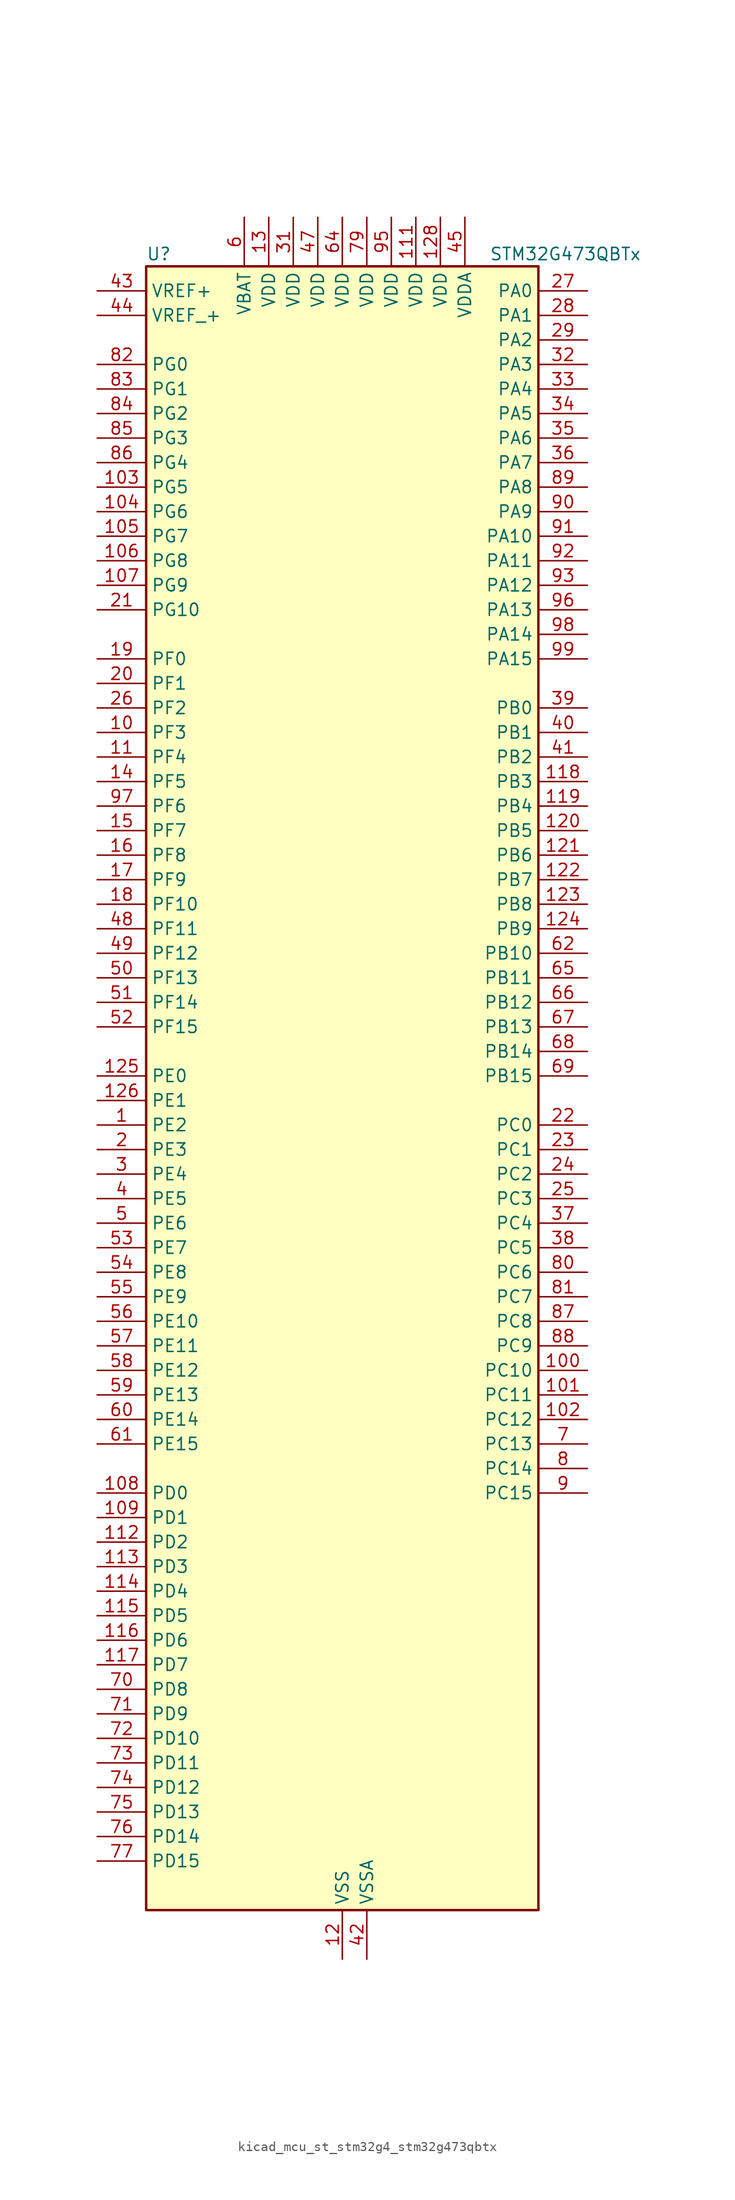
<source format=kicad_sym>
(kicad_symbol_lib
  (version 20220914)
  (generator kicad_symbol_editor)
  (symbol "kicad_mcu_st_stm32g4_stm32g473qbtx"
    (property "Reference" "U"
      (at -20.32 87.63 0)
      (effects (font (size 1.27 1.27)) (justify left)))
    (property "Value" "STM32G473QBTx"
      (at 15.24 87.63 0)
      (effects (font (size 1.27 1.27)) (justify left)))
    (property "ki_locked" ""
      (at 0 0 0)
      (effects (font (size 1.27 1.27))))
    (symbol "kicad_mcu_st_stm32g4_stm32g473qbtx_0_1"
      (rectangle (start -20.32 -83.82) (end 20.32 86.36) (stroke (width 0.254) (type default)) (fill (type background))))
    (symbol "kicad_mcu_st_stm32g4_stm32g473qbtx_1_1"
      (pin bidirectional line (at -25.4 -2.54 0) (length 5.08) (name "PE2" (effects (font (size 1.27 1.27)))) (number "1" (effects (font (size 1.27 1.27)))) (alternate "ADC3_EXTI2" bidirectional line) (alternate "ADC4_EXTI2" bidirectional line) (alternate "ADC5_EXTI2" bidirectional line) (alternate "FMC_A23" bidirectional line) (alternate "SAI1_CK1" bidirectional line) (alternate "SAI1_MCLK_A" bidirectional line) (alternate "SPI4_SCK" bidirectional line) (alternate "SYS_TRACECLK" bidirectional line) (alternate "TIM20_CH1" bidirectional line) (alternate "TIM3_CH1" bidirectional line))
      (pin bidirectional line (at -25.4 38.1 0) (length 5.08) (name "PF3" (effects (font (size 1.27 1.27)))) (number "10" (effects (font (size 1.27 1.27)))) (alternate "ADC3_EXTI3" bidirectional line) (alternate "ADC4_EXTI3" bidirectional line) (alternate "ADC5_EXTI3" bidirectional line) (alternate "FMC_A3" bidirectional line) (alternate "I2C3_SCL" bidirectional line) (alternate "TIM20_CH4" bidirectional line))
      (pin bidirectional line (at 25.4 -27.94 180) (length 5.08) (name "PC10" (effects (font (size 1.27 1.27)))) (number "100" (effects (font (size 1.27 1.27)))) (alternate "DAC1_EXTI10" bidirectional line) (alternate "DAC2_EXTI10" bidirectional line) (alternate "DAC3_EXTI10" bidirectional line) (alternate "DAC4_EXTI10" bidirectional line) (alternate "I2S3_CK" bidirectional line) (alternate "SPI3_SCK" bidirectional line) (alternate "TIM8_CH1N" bidirectional line) (alternate "UART4_TX" bidirectional line) (alternate "USART3_TX" bidirectional line))
      (pin bidirectional line (at 25.4 -30.48 180) (length 5.08) (name "PC11" (effects (font (size 1.27 1.27)))) (number "101" (effects (font (size 1.27 1.27)))) (alternate "ADC1_EXTI11" bidirectional line) (alternate "ADC2_EXTI11" bidirectional line) (alternate "I2C3_SDA" bidirectional line) (alternate "SPI3_MISO" bidirectional line) (alternate "TIM8_CH2N" bidirectional line) (alternate "UART4_RX" bidirectional line) (alternate "USART3_RX" bidirectional line))
      (pin bidirectional line (at 25.4 -33.02 180) (length 5.08) (name "PC12" (effects (font (size 1.27 1.27)))) (number "102" (effects (font (size 1.27 1.27)))) (alternate "I2S3_SD" bidirectional line) (alternate "SPI3_MOSI" bidirectional line) (alternate "TIM5_CH2" bidirectional line) (alternate "TIM8_CH3N" bidirectional line) (alternate "UART5_TX" bidirectional line) (alternate "UCPD1_FRSTX1" bidirectional line) (alternate "UCPD1_FRSTX2" bidirectional line) (alternate "USART3_CK" bidirectional line))
      (pin bidirectional line (at -25.4 63.5 0) (length 5.08) (name "PG5" (effects (font (size 1.27 1.27)))) (number "103" (effects (font (size 1.27 1.27)))) (alternate "FMC_A15" bidirectional line) (alternate "LPUART1_CTS" bidirectional line) (alternate "SPI1_NSS" bidirectional line) (alternate "TIM20_ETR" bidirectional line))
      (pin bidirectional line (at -25.4 60.96 0) (length 5.08) (name "PG6" (effects (font (size 1.27 1.27)))) (number "104" (effects (font (size 1.27 1.27)))) (alternate "FMC_INT" bidirectional line) (alternate "I2C3_SMBA" bidirectional line) (alternate "LPUART1_DE" bidirectional line) (alternate "LPUART1_RTS" bidirectional line) (alternate "TIM20_BKIN" bidirectional line))
      (pin bidirectional line (at -25.4 58.42 0) (length 5.08) (name "PG7" (effects (font (size 1.27 1.27)))) (number "105" (effects (font (size 1.27 1.27)))) (alternate "FMC_INT" bidirectional line) (alternate "I2C3_SCL" bidirectional line) (alternate "LPUART1_TX" bidirectional line) (alternate "SAI1_CK1" bidirectional line) (alternate "SAI1_MCLK_A" bidirectional line))
      (pin bidirectional line (at -25.4 55.88 0) (length 5.08) (name "PG8" (effects (font (size 1.27 1.27)))) (number "106" (effects (font (size 1.27 1.27)))) (alternate "FMC_NE3" bidirectional line) (alternate "I2C3_SDA" bidirectional line) (alternate "LPUART1_RX" bidirectional line))
      (pin bidirectional line (at -25.4 53.34 0) (length 5.08) (name "PG9" (effects (font (size 1.27 1.27)))) (number "107" (effects (font (size 1.27 1.27)))) (alternate "DAC1_EXTI9" bidirectional line) (alternate "DAC2_EXTI9" bidirectional line) (alternate "DAC3_EXTI9" bidirectional line) (alternate "DAC4_EXTI9" bidirectional line) (alternate "FMC_NCE" bidirectional line) (alternate "FMC_NE2" bidirectional line) (alternate "SPI3_SCK" bidirectional line) (alternate "TIM15_CH1N" bidirectional line) (alternate "USART1_TX" bidirectional line))
      (pin bidirectional line (at -25.4 -40.64 0) (length 5.08) (name "PD0" (effects (font (size 1.27 1.27)))) (number "108" (effects (font (size 1.27 1.27)))) (alternate "FDCAN1_RX" bidirectional line) (alternate "FMC_D2" bidirectional line) (alternate "FMC_DA2" bidirectional line) (alternate "TIM8_CH4N" bidirectional line))
      (pin bidirectional line (at -25.4 -43.18 0) (length 5.08) (name "PD1" (effects (font (size 1.27 1.27)))) (number "109" (effects (font (size 1.27 1.27)))) (alternate "FDCAN1_TX" bidirectional line) (alternate "FMC_D3" bidirectional line) (alternate "FMC_DA3" bidirectional line) (alternate "TIM8_BKIN2" bidirectional line) (alternate "TIM8_CH4" bidirectional line))
      (pin bidirectional line (at -25.4 35.56 0) (length 5.08) (name "PF4" (effects (font (size 1.27 1.27)))) (number "11" (effects (font (size 1.27 1.27)))) (alternate "COMP1_OUT" bidirectional line) (alternate "FMC_A4" bidirectional line) (alternate "I2C3_SDA" bidirectional line) (alternate "TIM20_CH1N" bidirectional line))
      (pin passive line (at 0 -88.9 90) (length 5.08) hide (name "VSS" (effects (font (size 1.27 1.27)))) (number "110" (effects (font (size 1.27 1.27)))))
      (pin power_in line (at 7.62 91.44 270) (length 5.08) (name "VDD" (effects (font (size 1.27 1.27)))) (number "111" (effects (font (size 1.27 1.27)))))
      (pin bidirectional line (at -25.4 -45.72 0) (length 5.08) (name "PD2" (effects (font (size 1.27 1.27)))) (number "112" (effects (font (size 1.27 1.27)))) (alternate "ADC3_EXTI2" bidirectional line) (alternate "ADC4_EXTI2" bidirectional line) (alternate "ADC5_EXTI2" bidirectional line) (alternate "TIM3_ETR" bidirectional line) (alternate "TIM8_BKIN" bidirectional line) (alternate "UART5_RX" bidirectional line))
      (pin bidirectional line (at -25.4 -48.26 0) (length 5.08) (name "PD3" (effects (font (size 1.27 1.27)))) (number "113" (effects (font (size 1.27 1.27)))) (alternate "ADC3_EXTI3" bidirectional line) (alternate "ADC4_EXTI3" bidirectional line) (alternate "ADC5_EXTI3" bidirectional line) (alternate "FMC_CLK" bidirectional line) (alternate "QUADSPI1_BK2_NCS" bidirectional line) (alternate "TIM2_CH1" bidirectional line) (alternate "TIM2_ETR" bidirectional line) (alternate "USART2_CTS" bidirectional line) (alternate "USART2_NSS" bidirectional line))
      (pin bidirectional line (at -25.4 -50.8 0) (length 5.08) (name "PD4" (effects (font (size 1.27 1.27)))) (number "114" (effects (font (size 1.27 1.27)))) (alternate "FMC_NOE" bidirectional line) (alternate "QUADSPI1_BK2_IO0" bidirectional line) (alternate "TIM2_CH2" bidirectional line) (alternate "USART2_DE" bidirectional line) (alternate "USART2_RTS" bidirectional line))
      (pin bidirectional line (at -25.4 -53.34 0) (length 5.08) (name "PD5" (effects (font (size 1.27 1.27)))) (number "115" (effects (font (size 1.27 1.27)))) (alternate "FMC_NWE" bidirectional line) (alternate "QUADSPI1_BK2_IO1" bidirectional line) (alternate "USART2_TX" bidirectional line))
      (pin bidirectional line (at -25.4 -55.88 0) (length 5.08) (name "PD6" (effects (font (size 1.27 1.27)))) (number "116" (effects (font (size 1.27 1.27)))) (alternate "FMC_NWAIT" bidirectional line) (alternate "QUADSPI1_BK2_IO2" bidirectional line) (alternate "SAI1_D1" bidirectional line) (alternate "SAI1_SD_A" bidirectional line) (alternate "TIM2_CH4" bidirectional line) (alternate "USART2_RX" bidirectional line))
      (pin bidirectional line (at -25.4 -58.42 0) (length 5.08) (name "PD7" (effects (font (size 1.27 1.27)))) (number "117" (effects (font (size 1.27 1.27)))) (alternate "FMC_NCE" bidirectional line) (alternate "FMC_NE1" bidirectional line) (alternate "QUADSPI1_BK2_IO3" bidirectional line) (alternate "TIM2_CH3" bidirectional line) (alternate "USART2_CK" bidirectional line))
      (pin bidirectional line (at 25.4 33.02 180) (length 5.08) (name "PB3" (effects (font (size 1.27 1.27)))) (number "118" (effects (font (size 1.27 1.27)))) (alternate "ADC3_EXTI3" bidirectional line) (alternate "ADC4_EXTI3" bidirectional line) (alternate "ADC5_EXTI3" bidirectional line) (alternate "CRS_SYNC" bidirectional line) (alternate "FDCAN3_RX" bidirectional line) (alternate "I2S3_CK" bidirectional line) (alternate "SAI1_SCK_B" bidirectional line) (alternate "SPI1_SCK" bidirectional line) (alternate "SPI3_SCK" bidirectional line) (alternate "SYS_JTDO-SWO" bidirectional line) (alternate "TIM2_CH2" bidirectional line) (alternate "TIM3_ETR" bidirectional line) (alternate "TIM4_ETR" bidirectional line) (alternate "TIM8_CH1N" bidirectional line) (alternate "USART2_TX" bidirectional line))
      (pin bidirectional line (at 25.4 30.48 180) (length 5.08) (name "PB4" (effects (font (size 1.27 1.27)))) (number "119" (effects (font (size 1.27 1.27)))) (alternate "FDCAN3_TX" bidirectional line) (alternate "SAI1_MCLK_B" bidirectional line) (alternate "SPI1_MISO" bidirectional line) (alternate "SPI3_MISO" bidirectional line) (alternate "SYS_JTRST" bidirectional line) (alternate "TIM16_CH1" bidirectional line) (alternate "TIM17_BKIN" bidirectional line) (alternate "TIM3_CH1" bidirectional line) (alternate "TIM8_CH2N" bidirectional line) (alternate "UART5_DE" bidirectional line) (alternate "UART5_RTS" bidirectional line) (alternate "UCPD1_CC2" bidirectional line) (alternate "USART2_RX" bidirectional line))
      (pin power_in line (at 0 -88.9 90) (length 5.08) (name "VSS" (effects (font (size 1.27 1.27)))) (number "12" (effects (font (size 1.27 1.27)))))
      (pin bidirectional line (at 25.4 27.94 180) (length 5.08) (name "PB5" (effects (font (size 1.27 1.27)))) (number "120" (effects (font (size 1.27 1.27)))) (alternate "FDCAN2_RX" bidirectional line) (alternate "I2C1_SMBA" bidirectional line) (alternate "I2C3_SDA" bidirectional line) (alternate "I2S3_SD" bidirectional line) (alternate "LPTIM1_IN1" bidirectional line) (alternate "SAI1_SD_B" bidirectional line) (alternate "SPI1_MOSI" bidirectional line) (alternate "SPI3_MOSI" bidirectional line) (alternate "TIM16_BKIN" bidirectional line) (alternate "TIM17_CH1" bidirectional line) (alternate "TIM3_CH2" bidirectional line) (alternate "TIM8_CH3N" bidirectional line) (alternate "UART5_CTS" bidirectional line) (alternate "USART2_CK" bidirectional line))
      (pin bidirectional line (at 25.4 25.4 180) (length 5.08) (name "PB6" (effects (font (size 1.27 1.27)))) (number "121" (effects (font (size 1.27 1.27)))) (alternate "COMP4_OUT" bidirectional line) (alternate "FDCAN2_TX" bidirectional line) (alternate "LPTIM1_ETR" bidirectional line) (alternate "SAI1_FS_B" bidirectional line) (alternate "TIM16_CH1N" bidirectional line) (alternate "TIM4_CH1" bidirectional line) (alternate "TIM8_BKIN2" bidirectional line) (alternate "TIM8_CH1" bidirectional line) (alternate "TIM8_ETR" bidirectional line) (alternate "UCPD1_CC1" bidirectional line) (alternate "USART1_TX" bidirectional line))
      (pin bidirectional line (at 25.4 22.86 180) (length 5.08) (name "PB7" (effects (font (size 1.27 1.27)))) (number "122" (effects (font (size 1.27 1.27)))) (alternate "COMP3_OUT" bidirectional line) (alternate "FMC_NL" bidirectional line) (alternate "I2C1_SDA" bidirectional line) (alternate "I2C4_SDA" bidirectional line) (alternate "LPTIM1_IN2" bidirectional line) (alternate "SYS_PVD_IN" bidirectional line) (alternate "TIM17_CH1N" bidirectional line) (alternate "TIM3_CH4" bidirectional line) (alternate "TIM4_CH2" bidirectional line) (alternate "TIM8_BKIN" bidirectional line) (alternate "UART4_CTS" bidirectional line) (alternate "USART1_RX" bidirectional line))
      (pin bidirectional line (at 25.4 20.32 180) (length 5.08) (name "PB8" (effects (font (size 1.27 1.27)))) (number "123" (effects (font (size 1.27 1.27)))) (alternate "COMP1_OUT" bidirectional line) (alternate "FDCAN1_RX" bidirectional line) (alternate "I2C1_SCL" bidirectional line) (alternate "SAI1_CK1" bidirectional line) (alternate "SAI1_MCLK_A" bidirectional line) (alternate "TIM16_CH1" bidirectional line) (alternate "TIM1_BKIN" bidirectional line) (alternate "TIM4_CH3" bidirectional line) (alternate "TIM8_CH2" bidirectional line) (alternate "USART3_RX" bidirectional line))
      (pin bidirectional line (at 25.4 17.78 180) (length 5.08) (name "PB9" (effects (font (size 1.27 1.27)))) (number "124" (effects (font (size 1.27 1.27)))) (alternate "COMP2_OUT" bidirectional line) (alternate "DAC1_EXTI9" bidirectional line) (alternate "DAC2_EXTI9" bidirectional line) (alternate "DAC3_EXTI9" bidirectional line) (alternate "DAC4_EXTI9" bidirectional line) (alternate "FDCAN1_TX" bidirectional line) (alternate "I2C1_SDA" bidirectional line) (alternate "IR_OUT" bidirectional line) (alternate "SAI1_D2" bidirectional line) (alternate "SAI1_FS_A" bidirectional line) (alternate "TIM17_CH1" bidirectional line) (alternate "TIM1_CH3N" bidirectional line) (alternate "TIM4_CH4" bidirectional line) (alternate "TIM8_CH3" bidirectional line) (alternate "USART3_TX" bidirectional line))
      (pin bidirectional line (at -25.4 2.54 0) (length 5.08) (name "PE0" (effects (font (size 1.27 1.27)))) (number "125" (effects (font (size 1.27 1.27)))) (alternate "FMC_NBL0" bidirectional line) (alternate "TIM16_CH1" bidirectional line) (alternate "TIM20_CH4N" bidirectional line) (alternate "TIM20_ETR" bidirectional line) (alternate "TIM4_ETR" bidirectional line) (alternate "USART1_TX" bidirectional line))
      (pin bidirectional line (at -25.4 0 0) (length 5.08) (name "PE1" (effects (font (size 1.27 1.27)))) (number "126" (effects (font (size 1.27 1.27)))) (alternate "FMC_NBL1" bidirectional line) (alternate "TIM17_CH1" bidirectional line) (alternate "TIM20_CH4" bidirectional line) (alternate "USART1_RX" bidirectional line))
      (pin passive line (at 0 -88.9 90) (length 5.08) hide (name "VSS" (effects (font (size 1.27 1.27)))) (number "127" (effects (font (size 1.27 1.27)))))
      (pin power_in line (at 10.16 91.44 270) (length 5.08) (name "VDD" (effects (font (size 1.27 1.27)))) (number "128" (effects (font (size 1.27 1.27)))))
      (pin power_in line (at -7.62 91.44 270) (length 5.08) (name "VDD" (effects (font (size 1.27 1.27)))) (number "13" (effects (font (size 1.27 1.27)))))
      (pin bidirectional line (at -25.4 33.02 0) (length 5.08) (name "PF5" (effects (font (size 1.27 1.27)))) (number "14" (effects (font (size 1.27 1.27)))) (alternate "FMC_A5" bidirectional line) (alternate "TIM20_CH2N" bidirectional line))
      (pin bidirectional line (at -25.4 27.94 0) (length 5.08) (name "PF7" (effects (font (size 1.27 1.27)))) (number "15" (effects (font (size 1.27 1.27)))) (alternate "FMC_A1" bidirectional line) (alternate "QUADSPI1_BK1_IO2" bidirectional line) (alternate "SAI1_MCLK_B" bidirectional line) (alternate "TIM20_BKIN" bidirectional line) (alternate "TIM5_CH2" bidirectional line))
      (pin bidirectional line (at -25.4 25.4 0) (length 5.08) (name "PF8" (effects (font (size 1.27 1.27)))) (number "16" (effects (font (size 1.27 1.27)))) (alternate "FMC_A24" bidirectional line) (alternate "QUADSPI1_BK1_IO0" bidirectional line) (alternate "SAI1_SCK_B" bidirectional line) (alternate "TIM20_BKIN2" bidirectional line) (alternate "TIM5_CH3" bidirectional line))
      (pin bidirectional line (at -25.4 22.86 0) (length 5.08) (name "PF9" (effects (font (size 1.27 1.27)))) (number "17" (effects (font (size 1.27 1.27)))) (alternate "DAC1_EXTI9" bidirectional line) (alternate "DAC2_EXTI9" bidirectional line) (alternate "DAC3_EXTI9" bidirectional line) (alternate "DAC4_EXTI9" bidirectional line) (alternate "FMC_A25" bidirectional line) (alternate "QUADSPI1_BK1_IO1" bidirectional line) (alternate "SAI1_FS_B" bidirectional line) (alternate "SPI2_SCK" bidirectional line) (alternate "TIM15_CH1" bidirectional line) (alternate "TIM20_BKIN" bidirectional line) (alternate "TIM5_CH4" bidirectional line))
      (pin bidirectional line (at -25.4 20.32 0) (length 5.08) (name "PF10" (effects (font (size 1.27 1.27)))) (number "18" (effects (font (size 1.27 1.27)))) (alternate "DAC1_EXTI10" bidirectional line) (alternate "DAC2_EXTI10" bidirectional line) (alternate "DAC3_EXTI10" bidirectional line) (alternate "DAC4_EXTI10" bidirectional line) (alternate "FMC_A0" bidirectional line) (alternate "QUADSPI1_CLK" bidirectional line) (alternate "SAI1_D3" bidirectional line) (alternate "SPI2_SCK" bidirectional line) (alternate "TIM15_CH2" bidirectional line) (alternate "TIM20_BKIN2" bidirectional line))
      (pin bidirectional line (at -25.4 45.72 0) (length 5.08) (name "PF0" (effects (font (size 1.27 1.27)))) (number "19" (effects (font (size 1.27 1.27)))) (alternate "ADC1_IN10" bidirectional line) (alternate "I2C2_SDA" bidirectional line) (alternate "I2S2_WS" bidirectional line) (alternate "RCC_OSC_IN" bidirectional line) (alternate "SPI2_NSS" bidirectional line) (alternate "TIM1_CH3N" bidirectional line))
      (pin bidirectional line (at -25.4 -5.08 0) (length 5.08) (name "PE3" (effects (font (size 1.27 1.27)))) (number "2" (effects (font (size 1.27 1.27)))) (alternate "ADC3_EXTI3" bidirectional line) (alternate "ADC4_EXTI3" bidirectional line) (alternate "ADC5_EXTI3" bidirectional line) (alternate "FMC_A19" bidirectional line) (alternate "SAI1_SD_B" bidirectional line) (alternate "SPI4_NSS" bidirectional line) (alternate "SYS_TRACED0" bidirectional line) (alternate "TIM20_CH2" bidirectional line) (alternate "TIM3_CH2" bidirectional line))
      (pin bidirectional line (at -25.4 43.18 0) (length 5.08) (name "PF1" (effects (font (size 1.27 1.27)))) (number "20" (effects (font (size 1.27 1.27)))) (alternate "ADC2_IN10" bidirectional line) (alternate "COMP3_INM" bidirectional line) (alternate "I2S2_CK" bidirectional line) (alternate "RCC_OSC_OUT" bidirectional line) (alternate "SPI2_SCK" bidirectional line))
      (pin bidirectional line (at -25.4 50.8 0) (length 5.08) (name "PG10" (effects (font (size 1.27 1.27)))) (number "21" (effects (font (size 1.27 1.27)))) (alternate "DAC1_EXTI10" bidirectional line) (alternate "DAC2_EXTI10" bidirectional line) (alternate "DAC3_EXTI10" bidirectional line) (alternate "DAC4_EXTI10" bidirectional line) (alternate "RCC_MCO" bidirectional line))
      (pin bidirectional line (at 25.4 -2.54 180) (length 5.08) (name "PC0" (effects (font (size 1.27 1.27)))) (number "22" (effects (font (size 1.27 1.27)))) (alternate "ADC1_IN6" bidirectional line) (alternate "ADC2_IN6" bidirectional line) (alternate "COMP3_INM" bidirectional line) (alternate "LPTIM1_IN1" bidirectional line) (alternate "LPUART1_RX" bidirectional line) (alternate "TIM1_CH1" bidirectional line))
      (pin bidirectional line (at 25.4 -5.08 180) (length 5.08) (name "PC1" (effects (font (size 1.27 1.27)))) (number "23" (effects (font (size 1.27 1.27)))) (alternate "ADC1_IN7" bidirectional line) (alternate "ADC2_IN7" bidirectional line) (alternate "COMP3_INP" bidirectional line) (alternate "LPTIM1_OUT" bidirectional line) (alternate "LPUART1_TX" bidirectional line) (alternate "QUADSPI1_BK2_IO0" bidirectional line) (alternate "SAI1_SD_A" bidirectional line) (alternate "TIM1_CH2" bidirectional line))
      (pin bidirectional line (at 25.4 -7.62 180) (length 5.08) (name "PC2" (effects (font (size 1.27 1.27)))) (number "24" (effects (font (size 1.27 1.27)))) (alternate "ADC1_IN8" bidirectional line) (alternate "ADC2_IN8" bidirectional line) (alternate "ADC3_EXTI2" bidirectional line) (alternate "ADC4_EXTI2" bidirectional line) (alternate "ADC5_EXTI2" bidirectional line) (alternate "COMP3_OUT" bidirectional line) (alternate "LPTIM1_IN2" bidirectional line) (alternate "QUADSPI1_BK2_IO1" bidirectional line) (alternate "TIM1_CH3" bidirectional line) (alternate "TIM20_CH2" bidirectional line))
      (pin bidirectional line (at 25.4 -10.16 180) (length 5.08) (name "PC3" (effects (font (size 1.27 1.27)))) (number "25" (effects (font (size 1.27 1.27)))) (alternate "ADC1_IN9" bidirectional line) (alternate "ADC2_IN9" bidirectional line) (alternate "ADC3_EXTI3" bidirectional line) (alternate "ADC4_EXTI3" bidirectional line) (alternate "ADC5_EXTI3" bidirectional line) (alternate "LPTIM1_ETR" bidirectional line) (alternate "OPAMP5_VINP" bidirectional line) (alternate "OPAMP5_VINP_SEC" bidirectional line) (alternate "QUADSPI1_BK2_IO2" bidirectional line) (alternate "SAI1_D1" bidirectional line) (alternate "SAI1_SD_A" bidirectional line) (alternate "TIM1_BKIN2" bidirectional line) (alternate "TIM1_CH4" bidirectional line))
      (pin bidirectional line (at -25.4 40.64 0) (length 5.08) (name "PF2" (effects (font (size 1.27 1.27)))) (number "26" (effects (font (size 1.27 1.27)))) (alternate "ADC3_EXTI2" bidirectional line) (alternate "ADC4_EXTI2" bidirectional line) (alternate "ADC5_EXTI2" bidirectional line) (alternate "FMC_A2" bidirectional line) (alternate "I2C2_SMBA" bidirectional line) (alternate "TIM20_CH3" bidirectional line))
      (pin bidirectional line (at 25.4 83.82 180) (length 5.08) (name "PA0" (effects (font (size 1.27 1.27)))) (number "27" (effects (font (size 1.27 1.27)))) (alternate "ADC1_IN1" bidirectional line) (alternate "ADC2_IN1" bidirectional line) (alternate "COMP1_INM" bidirectional line) (alternate "COMP1_OUT" bidirectional line) (alternate "COMP3_INP" bidirectional line) (alternate "RTC_TAMP2" bidirectional line) (alternate "SYS_WKUP1" bidirectional line) (alternate "TIM2_CH1" bidirectional line) (alternate "TIM2_ETR" bidirectional line) (alternate "TIM5_CH1" bidirectional line) (alternate "TIM8_BKIN" bidirectional line) (alternate "TIM8_ETR" bidirectional line) (alternate "USART2_CTS" bidirectional line) (alternate "USART2_NSS" bidirectional line))
      (pin bidirectional line (at 25.4 81.28 180) (length 5.08) (name "PA1" (effects (font (size 1.27 1.27)))) (number "28" (effects (font (size 1.27 1.27)))) (alternate "ADC1_IN2" bidirectional line) (alternate "ADC2_IN2" bidirectional line) (alternate "COMP1_INP" bidirectional line) (alternate "OPAMP1_VINP" bidirectional line) (alternate "OPAMP1_VINP_SEC" bidirectional line) (alternate "OPAMP3_VINP" bidirectional line) (alternate "OPAMP3_VINP_SEC" bidirectional line) (alternate "OPAMP6_VINM" bidirectional line) (alternate "OPAMP6_VINM0" bidirectional line) (alternate "OPAMP6_VINM_SEC" bidirectional line) (alternate "RTC_REFIN" bidirectional line) (alternate "TIM15_CH1N" bidirectional line) (alternate "TIM2_CH2" bidirectional line) (alternate "TIM5_CH2" bidirectional line) (alternate "USART2_DE" bidirectional line) (alternate "USART2_RTS" bidirectional line))
      (pin bidirectional line (at 25.4 78.74 180) (length 5.08) (name "PA2" (effects (font (size 1.27 1.27)))) (number "29" (effects (font (size 1.27 1.27)))) (alternate "ADC1_IN3" bidirectional line) (alternate "ADC3_EXTI2" bidirectional line) (alternate "ADC4_EXTI2" bidirectional line) (alternate "ADC5_EXTI2" bidirectional line) (alternate "COMP2_INM" bidirectional line) (alternate "COMP2_OUT" bidirectional line) (alternate "LPUART1_TX" bidirectional line) (alternate "OPAMP1_VOUT" bidirectional line) (alternate "QUADSPI1_BK1_NCS" bidirectional line) (alternate "RCC_LSCO" bidirectional line) (alternate "SYS_WKUP4" bidirectional line) (alternate "TIM15_CH1" bidirectional line) (alternate "TIM2_CH3" bidirectional line) (alternate "TIM5_CH3" bidirectional line) (alternate "UCPD1_FRSTX1" bidirectional line) (alternate "UCPD1_FRSTX2" bidirectional line) (alternate "USART2_TX" bidirectional line))
      (pin bidirectional line (at -25.4 -7.62 0) (length 5.08) (name "PE4" (effects (font (size 1.27 1.27)))) (number "3" (effects (font (size 1.27 1.27)))) (alternate "FMC_A20" bidirectional line) (alternate "SAI1_D2" bidirectional line) (alternate "SAI1_FS_A" bidirectional line) (alternate "SPI4_NSS" bidirectional line) (alternate "SYS_TRACED1" bidirectional line) (alternate "TIM20_CH1N" bidirectional line) (alternate "TIM3_CH3" bidirectional line))
      (pin passive line (at 0 -88.9 90) (length 5.08) hide (name "VSS" (effects (font (size 1.27 1.27)))) (number "30" (effects (font (size 1.27 1.27)))))
      (pin power_in line (at -5.08 91.44 270) (length 5.08) (name "VDD" (effects (font (size 1.27 1.27)))) (number "31" (effects (font (size 1.27 1.27)))))
      (pin bidirectional line (at 25.4 76.2 180) (length 5.08) (name "PA3" (effects (font (size 1.27 1.27)))) (number "32" (effects (font (size 1.27 1.27)))) (alternate "ADC1_IN4" bidirectional line) (alternate "ADC3_EXTI3" bidirectional line) (alternate "ADC4_EXTI3" bidirectional line) (alternate "ADC5_EXTI3" bidirectional line) (alternate "COMP2_INP" bidirectional line) (alternate "LPUART1_RX" bidirectional line) (alternate "OPAMP1_VINM" bidirectional line) (alternate "OPAMP1_VINM0" bidirectional line) (alternate "OPAMP1_VINM_SEC" bidirectional line) (alternate "OPAMP1_VINP" bidirectional line) (alternate "OPAMP1_VINP_SEC" bidirectional line) (alternate "OPAMP5_VINM" bidirectional line) (alternate "OPAMP5_VINM1" bidirectional line) (alternate "OPAMP5_VINM_SEC" bidirectional line) (alternate "QUADSPI1_CLK" bidirectional line) (alternate "SAI1_CK1" bidirectional line) (alternate "SAI1_MCLK_A" bidirectional line) (alternate "TIM15_CH2" bidirectional line) (alternate "TIM2_CH4" bidirectional line) (alternate "TIM5_CH4" bidirectional line) (alternate "USART2_RX" bidirectional line))
      (pin bidirectional line (at 25.4 73.66 180) (length 5.08) (name "PA4" (effects (font (size 1.27 1.27)))) (number "33" (effects (font (size 1.27 1.27)))) (alternate "ADC2_IN17" bidirectional line) (alternate "COMP1_INM" bidirectional line) (alternate "DAC1_OUT1" bidirectional line) (alternate "I2S3_WS" bidirectional line) (alternate "SAI1_FS_B" bidirectional line) (alternate "SPI1_NSS" bidirectional line) (alternate "SPI3_NSS" bidirectional line) (alternate "TIM3_CH2" bidirectional line) (alternate "USART2_CK" bidirectional line))
      (pin bidirectional line (at 25.4 71.12 180) (length 5.08) (name "PA5" (effects (font (size 1.27 1.27)))) (number "34" (effects (font (size 1.27 1.27)))) (alternate "ADC2_IN13" bidirectional line) (alternate "COMP2_INM" bidirectional line) (alternate "DAC1_OUT2" bidirectional line) (alternate "OPAMP2_VINM" bidirectional line) (alternate "OPAMP2_VINM0" bidirectional line) (alternate "OPAMP2_VINM_SEC" bidirectional line) (alternate "SPI1_SCK" bidirectional line) (alternate "TIM2_CH1" bidirectional line) (alternate "TIM2_ETR" bidirectional line) (alternate "UCPD1_FRSTX1" bidirectional line) (alternate "UCPD1_FRSTX2" bidirectional line))
      (pin bidirectional line (at 25.4 68.58 180) (length 5.08) (name "PA6" (effects (font (size 1.27 1.27)))) (number "35" (effects (font (size 1.27 1.27)))) (alternate "ADC2_IN3" bidirectional line) (alternate "COMP1_OUT" bidirectional line) (alternate "DAC2_OUT1" bidirectional line) (alternate "LPUART1_CTS" bidirectional line) (alternate "OPAMP2_VOUT" bidirectional line) (alternate "QUADSPI1_BK1_IO3" bidirectional line) (alternate "SPI1_MISO" bidirectional line) (alternate "TIM16_CH1" bidirectional line) (alternate "TIM1_BKIN" bidirectional line) (alternate "TIM3_CH1" bidirectional line) (alternate "TIM8_BKIN" bidirectional line))
      (pin bidirectional line (at 25.4 66.04 180) (length 5.08) (name "PA7" (effects (font (size 1.27 1.27)))) (number "36" (effects (font (size 1.27 1.27)))) (alternate "ADC2_IN4" bidirectional line) (alternate "COMP2_INP" bidirectional line) (alternate "COMP2_OUT" bidirectional line) (alternate "OPAMP1_VINP" bidirectional line) (alternate "OPAMP1_VINP_SEC" bidirectional line) (alternate "OPAMP2_VINP" bidirectional line) (alternate "OPAMP2_VINP_SEC" bidirectional line) (alternate "QUADSPI1_BK1_IO2" bidirectional line) (alternate "SPI1_MOSI" bidirectional line) (alternate "TIM17_CH1" bidirectional line) (alternate "TIM1_CH1N" bidirectional line) (alternate "TIM3_CH2" bidirectional line) (alternate "TIM8_CH1N" bidirectional line) (alternate "UCPD1_FRSTX1" bidirectional line) (alternate "UCPD1_FRSTX2" bidirectional line))
      (pin bidirectional line (at 25.4 -12.7 180) (length 5.08) (name "PC4" (effects (font (size 1.27 1.27)))) (number "37" (effects (font (size 1.27 1.27)))) (alternate "ADC2_IN5" bidirectional line) (alternate "I2C2_SCL" bidirectional line) (alternate "QUADSPI1_BK2_IO3" bidirectional line) (alternate "TIM1_ETR" bidirectional line) (alternate "USART1_TX" bidirectional line))
      (pin bidirectional line (at 25.4 -15.24 180) (length 5.08) (name "PC5" (effects (font (size 1.27 1.27)))) (number "38" (effects (font (size 1.27 1.27)))) (alternate "ADC2_IN11" bidirectional line) (alternate "OPAMP1_VINM" bidirectional line) (alternate "OPAMP1_VINM1" bidirectional line) (alternate "OPAMP1_VINM_SEC" bidirectional line) (alternate "OPAMP2_VINM" bidirectional line) (alternate "OPAMP2_VINM1" bidirectional line) (alternate "OPAMP2_VINM_SEC" bidirectional line) (alternate "SAI1_D3" bidirectional line) (alternate "SYS_WKUP5" bidirectional line) (alternate "TIM15_BKIN" bidirectional line) (alternate "TIM1_CH4N" bidirectional line) (alternate "USART1_RX" bidirectional line))
      (pin bidirectional line (at 25.4 40.64 180) (length 5.08) (name "PB0" (effects (font (size 1.27 1.27)))) (number "39" (effects (font (size 1.27 1.27)))) (alternate "ADC1_IN15" bidirectional line) (alternate "ADC3_IN12" bidirectional line) (alternate "COMP4_INP" bidirectional line) (alternate "OPAMP2_VINP" bidirectional line) (alternate "OPAMP2_VINP_SEC" bidirectional line) (alternate "OPAMP3_VINP" bidirectional line) (alternate "OPAMP3_VINP_SEC" bidirectional line) (alternate "QUADSPI1_BK1_IO1" bidirectional line) (alternate "TIM1_CH2N" bidirectional line) (alternate "TIM3_CH3" bidirectional line) (alternate "TIM8_CH2N" bidirectional line) (alternate "UCPD1_FRSTX1" bidirectional line) (alternate "UCPD1_FRSTX2" bidirectional line))
      (pin bidirectional line (at -25.4 -10.16 0) (length 5.08) (name "PE5" (effects (font (size 1.27 1.27)))) (number "4" (effects (font (size 1.27 1.27)))) (alternate "FMC_A21" bidirectional line) (alternate "SAI1_CK2" bidirectional line) (alternate "SAI1_SCK_A" bidirectional line) (alternate "SPI4_MISO" bidirectional line) (alternate "SYS_TRACED2" bidirectional line) (alternate "TIM20_CH2N" bidirectional line) (alternate "TIM3_CH4" bidirectional line))
      (pin bidirectional line (at 25.4 38.1 180) (length 5.08) (name "PB1" (effects (font (size 1.27 1.27)))) (number "40" (effects (font (size 1.27 1.27)))) (alternate "ADC1_IN12" bidirectional line) (alternate "ADC3_IN1" bidirectional line) (alternate "COMP1_INP" bidirectional line) (alternate "COMP4_OUT" bidirectional line) (alternate "LPUART1_DE" bidirectional line) (alternate "LPUART1_RTS" bidirectional line) (alternate "OPAMP3_VOUT" bidirectional line) (alternate "OPAMP6_VINM" bidirectional line) (alternate "OPAMP6_VINM1" bidirectional line) (alternate "OPAMP6_VINM_SEC" bidirectional line) (alternate "QUADSPI1_BK1_IO0" bidirectional line) (alternate "TIM1_CH3N" bidirectional line) (alternate "TIM3_CH4" bidirectional line) (alternate "TIM8_CH3N" bidirectional line))
      (pin bidirectional line (at 25.4 35.56 180) (length 5.08) (name "PB2" (effects (font (size 1.27 1.27)))) (number "41" (effects (font (size 1.27 1.27)))) (alternate "ADC2_IN12" bidirectional line) (alternate "ADC3_EXTI2" bidirectional line) (alternate "ADC4_EXTI2" bidirectional line) (alternate "ADC5_EXTI2" bidirectional line) (alternate "COMP4_INM" bidirectional line) (alternate "I2C3_SMBA" bidirectional line) (alternate "LPTIM1_OUT" bidirectional line) (alternate "OPAMP3_VINM" bidirectional line) (alternate "OPAMP3_VINM0" bidirectional line) (alternate "OPAMP3_VINM_SEC" bidirectional line) (alternate "QUADSPI1_BK2_IO1" bidirectional line) (alternate "RTC_OUT2" bidirectional line) (alternate "TIM20_CH1" bidirectional line) (alternate "TIM5_CH1" bidirectional line))
      (pin power_in line (at 2.54 -88.9 90) (length 5.08) (name "VSSA" (effects (font (size 1.27 1.27)))) (number "42" (effects (font (size 1.27 1.27)))))
      (pin input line (at -25.4 83.82 0) (length 5.08) (name "VREF+" (effects (font (size 1.27 1.27)))) (number "43" (effects (font (size 1.27 1.27)))) (alternate "VREFBUF_OUT1" bidirectional line))
      (pin input line (at -25.4 81.28 0) (length 5.08) (name "VREF_+" (effects (font (size 1.27 1.27)))) (number "44" (effects (font (size 1.27 1.27)))) (alternate "VREFBUF_OUT2" bidirectional line))
      (pin power_in line (at 12.7 91.44 270) (length 5.08) (name "VDDA" (effects (font (size 1.27 1.27)))) (number "45" (effects (font (size 1.27 1.27)))))
      (pin passive line (at 0 -88.9 90) (length 5.08) hide (name "VSS" (effects (font (size 1.27 1.27)))) (number "46" (effects (font (size 1.27 1.27)))))
      (pin power_in line (at -2.54 91.44 270) (length 5.08) (name "VDD" (effects (font (size 1.27 1.27)))) (number "47" (effects (font (size 1.27 1.27)))))
      (pin bidirectional line (at -25.4 17.78 0) (length 5.08) (name "PF11" (effects (font (size 1.27 1.27)))) (number "48" (effects (font (size 1.27 1.27)))) (alternate "ADC1_EXTI11" bidirectional line) (alternate "ADC2_EXTI11" bidirectional line) (alternate "FMC_NE4" bidirectional line) (alternate "TIM20_ETR" bidirectional line))
      (pin bidirectional line (at -25.4 15.24 0) (length 5.08) (name "PF12" (effects (font (size 1.27 1.27)))) (number "49" (effects (font (size 1.27 1.27)))) (alternate "FMC_A6" bidirectional line) (alternate "TIM20_CH1" bidirectional line))
      (pin bidirectional line (at -25.4 -12.7 0) (length 5.08) (name "PE6" (effects (font (size 1.27 1.27)))) (number "5" (effects (font (size 1.27 1.27)))) (alternate "FMC_A22" bidirectional line) (alternate "RTC_TAMP3" bidirectional line) (alternate "SAI1_D1" bidirectional line) (alternate "SAI1_SD_A" bidirectional line) (alternate "SPI4_MOSI" bidirectional line) (alternate "SYS_TRACED3" bidirectional line) (alternate "SYS_WKUP3" bidirectional line) (alternate "TIM20_CH3N" bidirectional line))
      (pin bidirectional line (at -25.4 12.7 0) (length 5.08) (name "PF13" (effects (font (size 1.27 1.27)))) (number "50" (effects (font (size 1.27 1.27)))) (alternate "FMC_A7" bidirectional line) (alternate "I2C4_SMBA" bidirectional line) (alternate "TIM20_CH2" bidirectional line))
      (pin bidirectional line (at -25.4 10.16 0) (length 5.08) (name "PF14" (effects (font (size 1.27 1.27)))) (number "51" (effects (font (size 1.27 1.27)))) (alternate "FMC_A8" bidirectional line) (alternate "I2C4_SCL" bidirectional line) (alternate "TIM20_CH3" bidirectional line))
      (pin bidirectional line (at -25.4 7.62 0) (length 5.08) (name "PF15" (effects (font (size 1.27 1.27)))) (number "52" (effects (font (size 1.27 1.27)))) (alternate "ADC1_EXTI15" bidirectional line) (alternate "ADC2_EXTI15" bidirectional line) (alternate "FMC_A9" bidirectional line) (alternate "I2C4_SDA" bidirectional line) (alternate "TIM20_CH4" bidirectional line))
      (pin bidirectional line (at -25.4 -15.24 0) (length 5.08) (name "PE7" (effects (font (size 1.27 1.27)))) (number "53" (effects (font (size 1.27 1.27)))) (alternate "ADC3_IN4" bidirectional line) (alternate "COMP4_INP" bidirectional line) (alternate "FMC_D4" bidirectional line) (alternate "FMC_DA4" bidirectional line) (alternate "SAI1_SD_B" bidirectional line) (alternate "TIM1_ETR" bidirectional line))
      (pin bidirectional line (at -25.4 -17.78 0) (length 5.08) (name "PE8" (effects (font (size 1.27 1.27)))) (number "54" (effects (font (size 1.27 1.27)))) (alternate "ADC3_IN6" bidirectional line) (alternate "ADC4_IN6" bidirectional line) (alternate "ADC5_IN6" bidirectional line) (alternate "COMP4_INM" bidirectional line) (alternate "FMC_D5" bidirectional line) (alternate "FMC_DA5" bidirectional line) (alternate "SAI1_SCK_B" bidirectional line) (alternate "TIM1_CH1N" bidirectional line) (alternate "TIM5_CH3" bidirectional line))
      (pin bidirectional line (at -25.4 -20.32 0) (length 5.08) (name "PE9" (effects (font (size 1.27 1.27)))) (number "55" (effects (font (size 1.27 1.27)))) (alternate "ADC3_IN2" bidirectional line) (alternate "DAC1_EXTI9" bidirectional line) (alternate "DAC2_EXTI9" bidirectional line) (alternate "DAC3_EXTI9" bidirectional line) (alternate "DAC4_EXTI9" bidirectional line) (alternate "FMC_D6" bidirectional line) (alternate "FMC_DA6" bidirectional line) (alternate "SAI1_FS_B" bidirectional line) (alternate "TIM1_CH1" bidirectional line) (alternate "TIM5_CH4" bidirectional line))
      (pin bidirectional line (at -25.4 -22.86 0) (length 5.08) (name "PE10" (effects (font (size 1.27 1.27)))) (number "56" (effects (font (size 1.27 1.27)))) (alternate "ADC3_IN14" bidirectional line) (alternate "ADC4_IN14" bidirectional line) (alternate "ADC5_IN14" bidirectional line) (alternate "DAC1_EXTI10" bidirectional line) (alternate "DAC2_EXTI10" bidirectional line) (alternate "DAC3_EXTI10" bidirectional line) (alternate "DAC4_EXTI10" bidirectional line) (alternate "FMC_D7" bidirectional line) (alternate "FMC_DA7" bidirectional line) (alternate "QUADSPI1_CLK" bidirectional line) (alternate "SAI1_MCLK_B" bidirectional line) (alternate "TIM1_CH2N" bidirectional line))
      (pin bidirectional line (at -25.4 -25.4 0) (length 5.08) (name "PE11" (effects (font (size 1.27 1.27)))) (number "57" (effects (font (size 1.27 1.27)))) (alternate "ADC1_EXTI11" bidirectional line) (alternate "ADC2_EXTI11" bidirectional line) (alternate "ADC3_IN15" bidirectional line) (alternate "ADC4_IN15" bidirectional line) (alternate "ADC5_IN15" bidirectional line) (alternate "FMC_D8" bidirectional line) (alternate "FMC_DA8" bidirectional line) (alternate "QUADSPI1_BK1_NCS" bidirectional line) (alternate "SPI4_NSS" bidirectional line) (alternate "TIM1_CH2" bidirectional line))
      (pin bidirectional line (at -25.4 -27.94 0) (length 5.08) (name "PE12" (effects (font (size 1.27 1.27)))) (number "58" (effects (font (size 1.27 1.27)))) (alternate "ADC3_IN16" bidirectional line) (alternate "ADC4_IN16" bidirectional line) (alternate "ADC5_IN16" bidirectional line) (alternate "FMC_D9" bidirectional line) (alternate "FMC_DA9" bidirectional line) (alternate "QUADSPI1_BK1_IO0" bidirectional line) (alternate "SPI4_SCK" bidirectional line) (alternate "TIM1_CH3N" bidirectional line))
      (pin bidirectional line (at -25.4 -30.48 0) (length 5.08) (name "PE13" (effects (font (size 1.27 1.27)))) (number "59" (effects (font (size 1.27 1.27)))) (alternate "ADC3_IN3" bidirectional line) (alternate "FMC_D10" bidirectional line) (alternate "FMC_DA10" bidirectional line) (alternate "QUADSPI1_BK1_IO1" bidirectional line) (alternate "SPI4_MISO" bidirectional line) (alternate "TIM1_CH3" bidirectional line))
      (pin power_in line (at -10.16 91.44 270) (length 5.08) (name "VBAT" (effects (font (size 1.27 1.27)))) (number "6" (effects (font (size 1.27 1.27)))))
      (pin bidirectional line (at -25.4 -33.02 0) (length 5.08) (name "PE14" (effects (font (size 1.27 1.27)))) (number "60" (effects (font (size 1.27 1.27)))) (alternate "ADC4_IN1" bidirectional line) (alternate "FMC_D11" bidirectional line) (alternate "FMC_DA11" bidirectional line) (alternate "QUADSPI1_BK1_IO2" bidirectional line) (alternate "SPI4_MOSI" bidirectional line) (alternate "TIM1_BKIN2" bidirectional line) (alternate "TIM1_CH4" bidirectional line))
      (pin bidirectional line (at -25.4 -35.56 0) (length 5.08) (name "PE15" (effects (font (size 1.27 1.27)))) (number "61" (effects (font (size 1.27 1.27)))) (alternate "ADC1_EXTI15" bidirectional line) (alternate "ADC2_EXTI15" bidirectional line) (alternate "ADC4_IN2" bidirectional line) (alternate "FMC_D12" bidirectional line) (alternate "FMC_DA12" bidirectional line) (alternate "QUADSPI1_BK1_IO3" bidirectional line) (alternate "TIM1_BKIN" bidirectional line) (alternate "TIM1_CH4N" bidirectional line) (alternate "USART3_RX" bidirectional line))
      (pin bidirectional line (at 25.4 15.24 180) (length 5.08) (name "PB10" (effects (font (size 1.27 1.27)))) (number "62" (effects (font (size 1.27 1.27)))) (alternate "COMP5_INM" bidirectional line) (alternate "DAC1_EXTI10" bidirectional line) (alternate "DAC2_EXTI10" bidirectional line) (alternate "DAC3_EXTI10" bidirectional line) (alternate "DAC4_EXTI10" bidirectional line) (alternate "LPUART1_RX" bidirectional line) (alternate "OPAMP3_VINM" bidirectional line) (alternate "OPAMP3_VINM1" bidirectional line) (alternate "OPAMP3_VINM_SEC" bidirectional line) (alternate "OPAMP4_VINM" bidirectional line) (alternate "OPAMP4_VINM0" bidirectional line) (alternate "OPAMP4_VINM_SEC" bidirectional line) (alternate "QUADSPI1_CLK" bidirectional line) (alternate "SAI1_SCK_A" bidirectional line) (alternate "TIM1_BKIN" bidirectional line) (alternate "TIM2_CH3" bidirectional line) (alternate "USART3_TX" bidirectional line))
      (pin passive line (at 0 -88.9 90) (length 5.08) hide (name "VSS" (effects (font (size 1.27 1.27)))) (number "63" (effects (font (size 1.27 1.27)))))
      (pin power_in line (at 0 91.44 270) (length 5.08) (name "VDD" (effects (font (size 1.27 1.27)))) (number "64" (effects (font (size 1.27 1.27)))))
      (pin bidirectional line (at 25.4 12.7 180) (length 5.08) (name "PB11" (effects (font (size 1.27 1.27)))) (number "65" (effects (font (size 1.27 1.27)))) (alternate "ADC1_EXTI11" bidirectional line) (alternate "ADC1_IN14" bidirectional line) (alternate "ADC2_EXTI11" bidirectional line) (alternate "ADC2_IN14" bidirectional line) (alternate "COMP6_INP" bidirectional line) (alternate "LPUART1_TX" bidirectional line) (alternate "OPAMP4_VINP" bidirectional line) (alternate "OPAMP4_VINP_SEC" bidirectional line) (alternate "OPAMP6_VOUT" bidirectional line) (alternate "QUADSPI1_BK1_NCS" bidirectional line) (alternate "TIM2_CH4" bidirectional line) (alternate "USART3_RX" bidirectional line))
      (pin bidirectional line (at 25.4 10.16 180) (length 5.08) (name "PB12" (effects (font (size 1.27 1.27)))) (number "66" (effects (font (size 1.27 1.27)))) (alternate "ADC1_IN11" bidirectional line) (alternate "ADC4_IN3" bidirectional line) (alternate "COMP7_INM" bidirectional line) (alternate "FDCAN2_RX" bidirectional line) (alternate "I2C2_SMBA" bidirectional line) (alternate "I2S2_WS" bidirectional line) (alternate "LPUART1_DE" bidirectional line) (alternate "LPUART1_RTS" bidirectional line) (alternate "OPAMP4_VOUT" bidirectional line) (alternate "OPAMP6_VINP" bidirectional line) (alternate "OPAMP6_VINP_SEC" bidirectional line) (alternate "SPI2_NSS" bidirectional line) (alternate "TIM1_BKIN" bidirectional line) (alternate "TIM5_ETR" bidirectional line) (alternate "USART3_CK" bidirectional line))
      (pin bidirectional line (at 25.4 7.62 180) (length 5.08) (name "PB13" (effects (font (size 1.27 1.27)))) (number "67" (effects (font (size 1.27 1.27)))) (alternate "ADC3_IN5" bidirectional line) (alternate "COMP5_INP" bidirectional line) (alternate "FDCAN2_TX" bidirectional line) (alternate "I2S2_CK" bidirectional line) (alternate "LPUART1_CTS" bidirectional line) (alternate "OPAMP3_VINP" bidirectional line) (alternate "OPAMP3_VINP_SEC" bidirectional line) (alternate "OPAMP4_VINP" bidirectional line) (alternate "OPAMP4_VINP_SEC" bidirectional line) (alternate "OPAMP6_VINP" bidirectional line) (alternate "OPAMP6_VINP_SEC" bidirectional line) (alternate "SPI2_SCK" bidirectional line) (alternate "TIM1_CH1N" bidirectional line) (alternate "USART3_CTS" bidirectional line) (alternate "USART3_NSS" bidirectional line))
      (pin bidirectional line (at 25.4 5.08 180) (length 5.08) (name "PB14" (effects (font (size 1.27 1.27)))) (number "68" (effects (font (size 1.27 1.27)))) (alternate "ADC1_IN5" bidirectional line) (alternate "ADC4_IN4" bidirectional line) (alternate "COMP4_OUT" bidirectional line) (alternate "COMP7_INP" bidirectional line) (alternate "OPAMP2_VINP" bidirectional line) (alternate "OPAMP2_VINP_SEC" bidirectional line) (alternate "OPAMP5_VINP" bidirectional line) (alternate "OPAMP5_VINP_SEC" bidirectional line) (alternate "SPI2_MISO" bidirectional line) (alternate "TIM15_CH1" bidirectional line) (alternate "TIM1_CH2N" bidirectional line) (alternate "USART3_DE" bidirectional line) (alternate "USART3_RTS" bidirectional line))
      (pin bidirectional line (at 25.4 2.54 180) (length 5.08) (name "PB15" (effects (font (size 1.27 1.27)))) (number "69" (effects (font (size 1.27 1.27)))) (alternate "ADC1_EXTI15" bidirectional line) (alternate "ADC2_EXTI15" bidirectional line) (alternate "ADC2_IN15" bidirectional line) (alternate "ADC4_IN5" bidirectional line) (alternate "COMP3_OUT" bidirectional line) (alternate "COMP6_INM" bidirectional line) (alternate "I2S2_SD" bidirectional line) (alternate "OPAMP5_VINM" bidirectional line) (alternate "OPAMP5_VINM0" bidirectional line) (alternate "OPAMP5_VINM_SEC" bidirectional line) (alternate "RTC_REFIN" bidirectional line) (alternate "SPI2_MOSI" bidirectional line) (alternate "TIM15_CH1N" bidirectional line) (alternate "TIM15_CH2" bidirectional line) (alternate "TIM1_CH3N" bidirectional line))
      (pin bidirectional line (at 25.4 -35.56 180) (length 5.08) (name "PC13" (effects (font (size 1.27 1.27)))) (number "7" (effects (font (size 1.27 1.27)))) (alternate "RTC_OUT1" bidirectional line) (alternate "RTC_TAMP1" bidirectional line) (alternate "RTC_TS" bidirectional line) (alternate "SYS_WKUP2" bidirectional line) (alternate "TIM1_BKIN" bidirectional line) (alternate "TIM1_CH1N" bidirectional line) (alternate "TIM8_CH4N" bidirectional line))
      (pin bidirectional line (at -25.4 -60.96 0) (length 5.08) (name "PD8" (effects (font (size 1.27 1.27)))) (number "70" (effects (font (size 1.27 1.27)))) (alternate "ADC4_IN12" bidirectional line) (alternate "ADC5_IN12" bidirectional line) (alternate "FMC_D13" bidirectional line) (alternate "FMC_DA13" bidirectional line) (alternate "OPAMP4_VINM" bidirectional line) (alternate "OPAMP4_VINM1" bidirectional line) (alternate "OPAMP4_VINM_SEC" bidirectional line) (alternate "USART3_TX" bidirectional line))
      (pin bidirectional line (at -25.4 -63.5 0) (length 5.08) (name "PD9" (effects (font (size 1.27 1.27)))) (number "71" (effects (font (size 1.27 1.27)))) (alternate "ADC4_IN13" bidirectional line) (alternate "ADC5_IN13" bidirectional line) (alternate "DAC1_EXTI9" bidirectional line) (alternate "DAC2_EXTI9" bidirectional line) (alternate "DAC3_EXTI9" bidirectional line) (alternate "DAC4_EXTI9" bidirectional line) (alternate "FMC_D14" bidirectional line) (alternate "FMC_DA14" bidirectional line) (alternate "OPAMP6_VINP" bidirectional line) (alternate "OPAMP6_VINP_SEC" bidirectional line) (alternate "USART3_RX" bidirectional line))
      (pin bidirectional line (at -25.4 -66.04 0) (length 5.08) (name "PD10" (effects (font (size 1.27 1.27)))) (number "72" (effects (font (size 1.27 1.27)))) (alternate "ADC3_IN7" bidirectional line) (alternate "ADC4_IN7" bidirectional line) (alternate "ADC5_IN7" bidirectional line) (alternate "COMP6_INM" bidirectional line) (alternate "DAC1_EXTI10" bidirectional line) (alternate "DAC2_EXTI10" bidirectional line) (alternate "DAC3_EXTI10" bidirectional line) (alternate "DAC4_EXTI10" bidirectional line) (alternate "FMC_D15" bidirectional line) (alternate "FMC_DA15" bidirectional line) (alternate "USART3_CK" bidirectional line))
      (pin bidirectional line (at -25.4 -68.58 0) (length 5.08) (name "PD11" (effects (font (size 1.27 1.27)))) (number "73" (effects (font (size 1.27 1.27)))) (alternate "ADC1_EXTI11" bidirectional line) (alternate "ADC2_EXTI11" bidirectional line) (alternate "ADC3_IN8" bidirectional line) (alternate "ADC4_IN8" bidirectional line) (alternate "ADC5_IN8" bidirectional line) (alternate "COMP6_INP" bidirectional line) (alternate "FMC_A16" bidirectional line) (alternate "FMC_CLE" bidirectional line) (alternate "I2C4_SMBA" bidirectional line) (alternate "OPAMP4_VINP" bidirectional line) (alternate "OPAMP4_VINP_SEC" bidirectional line) (alternate "TIM5_ETR" bidirectional line) (alternate "USART3_CTS" bidirectional line) (alternate "USART3_NSS" bidirectional line))
      (pin bidirectional line (at -25.4 -71.12 0) (length 5.08) (name "PD12" (effects (font (size 1.27 1.27)))) (number "74" (effects (font (size 1.27 1.27)))) (alternate "ADC3_IN9" bidirectional line) (alternate "ADC4_IN9" bidirectional line) (alternate "ADC5_IN9" bidirectional line) (alternate "COMP5_INP" bidirectional line) (alternate "FMC_A17" bidirectional line) (alternate "FMC_ALE" bidirectional line) (alternate "OPAMP5_VINP" bidirectional line) (alternate "OPAMP5_VINP_SEC" bidirectional line) (alternate "TIM4_CH1" bidirectional line) (alternate "USART3_DE" bidirectional line) (alternate "USART3_RTS" bidirectional line))
      (pin bidirectional line (at -25.4 -73.66 0) (length 5.08) (name "PD13" (effects (font (size 1.27 1.27)))) (number "75" (effects (font (size 1.27 1.27)))) (alternate "ADC3_IN10" bidirectional line) (alternate "ADC4_IN10" bidirectional line) (alternate "ADC5_IN10" bidirectional line) (alternate "COMP5_INM" bidirectional line) (alternate "FMC_A18" bidirectional line) (alternate "TIM4_CH2" bidirectional line))
      (pin bidirectional line (at -25.4 -76.2 0) (length 5.08) (name "PD14" (effects (font (size 1.27 1.27)))) (number "76" (effects (font (size 1.27 1.27)))) (alternate "ADC3_IN11" bidirectional line) (alternate "ADC4_IN11" bidirectional line) (alternate "ADC5_IN11" bidirectional line) (alternate "COMP7_INP" bidirectional line) (alternate "FMC_D0" bidirectional line) (alternate "FMC_DA0" bidirectional line) (alternate "OPAMP2_VINP" bidirectional line) (alternate "OPAMP2_VINP_SEC" bidirectional line) (alternate "TIM4_CH3" bidirectional line))
      (pin bidirectional line (at -25.4 -78.74 0) (length 5.08) (name "PD15" (effects (font (size 1.27 1.27)))) (number "77" (effects (font (size 1.27 1.27)))) (alternate "ADC1_EXTI15" bidirectional line) (alternate "ADC2_EXTI15" bidirectional line) (alternate "COMP7_INM" bidirectional line) (alternate "FMC_D1" bidirectional line) (alternate "FMC_DA1" bidirectional line) (alternate "SPI2_NSS" bidirectional line) (alternate "TIM4_CH4" bidirectional line))
      (pin passive line (at 0 -88.9 90) (length 5.08) hide (name "VSS" (effects (font (size 1.27 1.27)))) (number "78" (effects (font (size 1.27 1.27)))))
      (pin power_in line (at 2.54 91.44 270) (length 5.08) (name "VDD" (effects (font (size 1.27 1.27)))) (number "79" (effects (font (size 1.27 1.27)))))
      (pin bidirectional line (at 25.4 -38.1 180) (length 5.08) (name "PC14" (effects (font (size 1.27 1.27)))) (number "8" (effects (font (size 1.27 1.27)))) (alternate "RCC_OSC32_IN" bidirectional line))
      (pin bidirectional line (at 25.4 -17.78 180) (length 5.08) (name "PC6" (effects (font (size 1.27 1.27)))) (number "80" (effects (font (size 1.27 1.27)))) (alternate "COMP6_OUT" bidirectional line) (alternate "I2C4_SCL" bidirectional line) (alternate "I2S2_MCK" bidirectional line) (alternate "TIM3_CH1" bidirectional line) (alternate "TIM8_CH1" bidirectional line))
      (pin bidirectional line (at 25.4 -20.32 180) (length 5.08) (name "PC7" (effects (font (size 1.27 1.27)))) (number "81" (effects (font (size 1.27 1.27)))) (alternate "COMP5_OUT" bidirectional line) (alternate "I2C4_SDA" bidirectional line) (alternate "I2S3_MCK" bidirectional line) (alternate "TIM3_CH2" bidirectional line) (alternate "TIM8_CH2" bidirectional line))
      (pin bidirectional line (at -25.4 76.2 0) (length 5.08) (name "PG0" (effects (font (size 1.27 1.27)))) (number "82" (effects (font (size 1.27 1.27)))) (alternate "FMC_A10" bidirectional line) (alternate "TIM20_CH1N" bidirectional line))
      (pin bidirectional line (at -25.4 73.66 0) (length 5.08) (name "PG1" (effects (font (size 1.27 1.27)))) (number "83" (effects (font (size 1.27 1.27)))) (alternate "FMC_A11" bidirectional line) (alternate "TIM20_CH2N" bidirectional line))
      (pin bidirectional line (at -25.4 71.12 0) (length 5.08) (name "PG2" (effects (font (size 1.27 1.27)))) (number "84" (effects (font (size 1.27 1.27)))) (alternate "ADC3_EXTI2" bidirectional line) (alternate "ADC4_EXTI2" bidirectional line) (alternate "ADC5_EXTI2" bidirectional line) (alternate "FMC_A12" bidirectional line) (alternate "SPI1_SCK" bidirectional line) (alternate "TIM20_CH3N" bidirectional line))
      (pin bidirectional line (at -25.4 68.58 0) (length 5.08) (name "PG3" (effects (font (size 1.27 1.27)))) (number "85" (effects (font (size 1.27 1.27)))) (alternate "ADC3_EXTI3" bidirectional line) (alternate "ADC4_EXTI3" bidirectional line) (alternate "ADC5_EXTI3" bidirectional line) (alternate "FMC_A13" bidirectional line) (alternate "I2C4_SCL" bidirectional line) (alternate "SPI1_MISO" bidirectional line) (alternate "TIM20_BKIN" bidirectional line) (alternate "TIM20_CH4N" bidirectional line))
      (pin bidirectional line (at -25.4 66.04 0) (length 5.08) (name "PG4" (effects (font (size 1.27 1.27)))) (number "86" (effects (font (size 1.27 1.27)))) (alternate "FMC_A14" bidirectional line) (alternate "I2C4_SDA" bidirectional line) (alternate "SPI1_MOSI" bidirectional line) (alternate "TIM20_BKIN2" bidirectional line))
      (pin bidirectional line (at 25.4 -22.86 180) (length 5.08) (name "PC8" (effects (font (size 1.27 1.27)))) (number "87" (effects (font (size 1.27 1.27)))) (alternate "COMP7_OUT" bidirectional line) (alternate "I2C3_SCL" bidirectional line) (alternate "TIM20_CH3" bidirectional line) (alternate "TIM3_CH3" bidirectional line) (alternate "TIM8_CH3" bidirectional line))
      (pin bidirectional line (at 25.4 -25.4 180) (length 5.08) (name "PC9" (effects (font (size 1.27 1.27)))) (number "88" (effects (font (size 1.27 1.27)))) (alternate "DAC1_EXTI9" bidirectional line) (alternate "DAC2_EXTI9" bidirectional line) (alternate "DAC3_EXTI9" bidirectional line) (alternate "DAC4_EXTI9" bidirectional line) (alternate "I2C3_SDA" bidirectional line) (alternate "I2S_CKIN" bidirectional line) (alternate "TIM3_CH4" bidirectional line) (alternate "TIM8_BKIN2" bidirectional line) (alternate "TIM8_CH4" bidirectional line))
      (pin bidirectional line (at 25.4 63.5 180) (length 5.08) (name "PA8" (effects (font (size 1.27 1.27)))) (number "89" (effects (font (size 1.27 1.27)))) (alternate "ADC5_IN1" bidirectional line) (alternate "COMP7_OUT" bidirectional line) (alternate "FDCAN3_RX" bidirectional line) (alternate "I2C2_SDA" bidirectional line) (alternate "I2C3_SCL" bidirectional line) (alternate "I2S2_MCK" bidirectional line) (alternate "OPAMP5_VOUT" bidirectional line) (alternate "RCC_MCO" bidirectional line) (alternate "SAI1_CK2" bidirectional line) (alternate "SAI1_SCK_A" bidirectional line) (alternate "TIM1_CH1" bidirectional line) (alternate "TIM4_ETR" bidirectional line) (alternate "USART1_CK" bidirectional line))
      (pin bidirectional line (at 25.4 -40.64 180) (length 5.08) (name "PC15" (effects (font (size 1.27 1.27)))) (number "9" (effects (font (size 1.27 1.27)))) (alternate "ADC1_EXTI15" bidirectional line) (alternate "ADC2_EXTI15" bidirectional line) (alternate "RCC_OSC32_OUT" bidirectional line))
      (pin bidirectional line (at 25.4 60.96 180) (length 5.08) (name "PA9" (effects (font (size 1.27 1.27)))) (number "90" (effects (font (size 1.27 1.27)))) (alternate "ADC5_IN2" bidirectional line) (alternate "COMP5_OUT" bidirectional line) (alternate "DAC1_EXTI9" bidirectional line) (alternate "DAC2_EXTI9" bidirectional line) (alternate "DAC3_EXTI9" bidirectional line) (alternate "DAC4_EXTI9" bidirectional line) (alternate "I2C2_SCL" bidirectional line) (alternate "I2C3_SMBA" bidirectional line) (alternate "I2S3_MCK" bidirectional line) (alternate "SAI1_FS_A" bidirectional line) (alternate "TIM15_BKIN" bidirectional line) (alternate "TIM1_CH2" bidirectional line) (alternate "TIM2_CH3" bidirectional line) (alternate "UCPD1_DBCC1" bidirectional line) (alternate "USART1_TX" bidirectional line))
      (pin bidirectional line (at 25.4 58.42 180) (length 5.08) (name "PA10" (effects (font (size 1.27 1.27)))) (number "91" (effects (font (size 1.27 1.27)))) (alternate "COMP6_OUT" bidirectional line) (alternate "CRS_SYNC" bidirectional line) (alternate "DAC1_EXTI10" bidirectional line) (alternate "DAC2_EXTI10" bidirectional line) (alternate "DAC3_EXTI10" bidirectional line) (alternate "DAC4_EXTI10" bidirectional line) (alternate "I2C2_SMBA" bidirectional line) (alternate "SAI1_D1" bidirectional line) (alternate "SAI1_SD_A" bidirectional line) (alternate "SPI2_MISO" bidirectional line) (alternate "TIM17_BKIN" bidirectional line) (alternate "TIM1_CH3" bidirectional line) (alternate "TIM2_CH4" bidirectional line) (alternate "TIM8_BKIN" bidirectional line) (alternate "UCPD1_DBCC2" bidirectional line) (alternate "USART1_RX" bidirectional line))
      (pin bidirectional line (at 25.4 55.88 180) (length 5.08) (name "PA11" (effects (font (size 1.27 1.27)))) (number "92" (effects (font (size 1.27 1.27)))) (alternate "ADC1_EXTI11" bidirectional line) (alternate "ADC2_EXTI11" bidirectional line) (alternate "COMP1_OUT" bidirectional line) (alternate "FDCAN1_RX" bidirectional line) (alternate "I2S2_SD" bidirectional line) (alternate "SPI2_MOSI" bidirectional line) (alternate "TIM1_BKIN2" bidirectional line) (alternate "TIM1_CH1N" bidirectional line) (alternate "TIM1_CH4" bidirectional line) (alternate "TIM4_CH1" bidirectional line) (alternate "USART1_CTS" bidirectional line) (alternate "USART1_NSS" bidirectional line) (alternate "USB_DM" bidirectional line))
      (pin bidirectional line (at 25.4 53.34 180) (length 5.08) (name "PA12" (effects (font (size 1.27 1.27)))) (number "93" (effects (font (size 1.27 1.27)))) (alternate "COMP2_OUT" bidirectional line) (alternate "FDCAN1_TX" bidirectional line) (alternate "I2S_CKIN" bidirectional line) (alternate "TIM16_CH1" bidirectional line) (alternate "TIM1_CH2N" bidirectional line) (alternate "TIM1_ETR" bidirectional line) (alternate "TIM4_CH2" bidirectional line) (alternate "USART1_DE" bidirectional line) (alternate "USART1_RTS" bidirectional line) (alternate "USB_DP" bidirectional line))
      (pin passive line (at 0 -88.9 90) (length 5.08) hide (name "VSS" (effects (font (size 1.27 1.27)))) (number "94" (effects (font (size 1.27 1.27)))))
      (pin power_in line (at 5.08 91.44 270) (length 5.08) (name "VDD" (effects (font (size 1.27 1.27)))) (number "95" (effects (font (size 1.27 1.27)))))
      (pin bidirectional line (at 25.4 50.8 180) (length 5.08) (name "PA13" (effects (font (size 1.27 1.27)))) (number "96" (effects (font (size 1.27 1.27)))) (alternate "I2C1_SCL" bidirectional line) (alternate "I2C4_SCL" bidirectional line) (alternate "IR_OUT" bidirectional line) (alternate "SAI1_SD_B" bidirectional line) (alternate "SYS_JTMS-SWDIO" bidirectional line) (alternate "TIM16_CH1N" bidirectional line) (alternate "TIM4_CH3" bidirectional line) (alternate "USART3_CTS" bidirectional line) (alternate "USART3_NSS" bidirectional line))
      (pin bidirectional line (at -25.4 30.48 0) (length 5.08) (name "PF6" (effects (font (size 1.27 1.27)))) (number "97" (effects (font (size 1.27 1.27)))) (alternate "I2C2_SCL" bidirectional line) (alternate "QUADSPI1_BK1_IO3" bidirectional line) (alternate "SAI1_SD_B" bidirectional line) (alternate "TIM4_CH4" bidirectional line) (alternate "TIM5_CH1" bidirectional line) (alternate "TIM5_ETR" bidirectional line) (alternate "USART3_RTS" bidirectional line))
      (pin bidirectional line (at 25.4 48.26 180) (length 5.08) (name "PA14" (effects (font (size 1.27 1.27)))) (number "98" (effects (font (size 1.27 1.27)))) (alternate "I2C1_SDA" bidirectional line) (alternate "I2C4_SMBA" bidirectional line) (alternate "LPTIM1_OUT" bidirectional line) (alternate "SAI1_FS_B" bidirectional line) (alternate "SYS_JTCK-SWCLK" bidirectional line) (alternate "TIM1_BKIN" bidirectional line) (alternate "TIM8_CH2" bidirectional line) (alternate "USART2_TX" bidirectional line))
      (pin bidirectional line (at 25.4 45.72 180) (length 5.08) (name "PA15" (effects (font (size 1.27 1.27)))) (number "99" (effects (font (size 1.27 1.27)))) (alternate "ADC1_EXTI15" bidirectional line) (alternate "ADC2_EXTI15" bidirectional line) (alternate "FDCAN3_TX" bidirectional line) (alternate "I2C1_SCL" bidirectional line) (alternate "I2S3_WS" bidirectional line) (alternate "SPI1_NSS" bidirectional line) (alternate "SPI3_NSS" bidirectional line) (alternate "SYS_JTDI" bidirectional line) (alternate "TIM1_BKIN" bidirectional line) (alternate "TIM2_CH1" bidirectional line) (alternate "TIM2_ETR" bidirectional line) (alternate "TIM8_CH1" bidirectional line) (alternate "UART4_DE" bidirectional line) (alternate "UART4_RTS" bidirectional line) (alternate "USART2_RX" bidirectional line)))))
</source>
